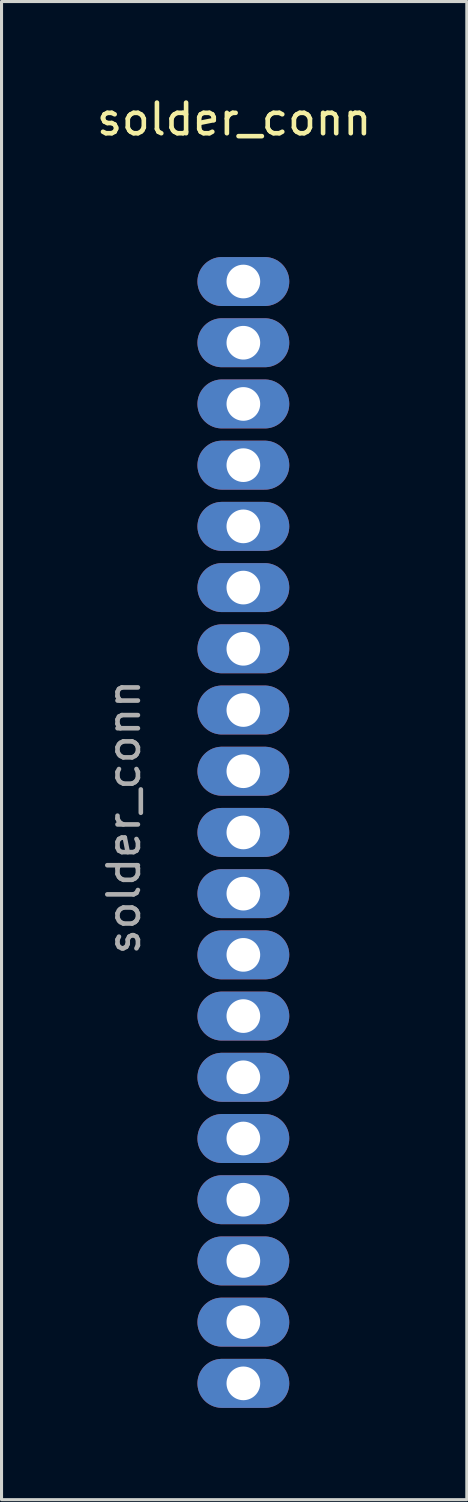
<source format=kicad_pcb>
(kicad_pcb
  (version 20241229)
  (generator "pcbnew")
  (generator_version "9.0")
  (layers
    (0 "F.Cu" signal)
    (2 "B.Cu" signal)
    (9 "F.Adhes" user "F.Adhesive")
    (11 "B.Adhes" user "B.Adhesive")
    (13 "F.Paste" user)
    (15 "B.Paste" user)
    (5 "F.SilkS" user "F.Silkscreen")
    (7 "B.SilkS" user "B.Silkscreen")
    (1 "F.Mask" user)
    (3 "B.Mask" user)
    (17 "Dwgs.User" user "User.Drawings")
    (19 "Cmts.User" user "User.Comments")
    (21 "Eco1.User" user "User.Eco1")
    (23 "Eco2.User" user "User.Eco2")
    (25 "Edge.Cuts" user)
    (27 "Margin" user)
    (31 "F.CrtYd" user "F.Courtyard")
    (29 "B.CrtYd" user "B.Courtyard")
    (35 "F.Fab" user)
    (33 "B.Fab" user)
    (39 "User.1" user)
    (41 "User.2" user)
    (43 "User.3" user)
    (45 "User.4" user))
  (footprint "solder_conn"
    (layer "F.Cu")
    (at 4.901 6.148)
    (property "Reference" "solder_conn" (at -0.3 -5.3 0) (layer "F.SilkS") (effects (font (size 1 1) (thickness 0.15))))
    (attr through_hole)
    (fp_text user "${REFERENCE}" (at -3.9 17.5 90) (layer "F.Fab") (effects (font (size 1 1) (thickness 0.15))))
    (pad "1" thru_hole oval (at 0 0) (size 3 1.6) (drill 1.1) (layers "*.Cu" "*.Mask"))
    (pad "2" thru_hole oval (at 0 2) (size 3 1.6) (drill 1.1) (layers "*.Cu" "*.Mask"))
    (pad "3" thru_hole oval (at 0 4) (size 3 1.6) (drill 1.1) (layers "*.Cu" "*.Mask"))
    (pad "4" thru_hole oval (at 0 6) (size 3 1.6) (drill 1.1) (layers "*.Cu" "*.Mask"))
    (pad "5" thru_hole oval (at 0 8) (size 3 1.6) (drill 1.1) (layers "*.Cu" "*.Mask"))
    (pad "6" thru_hole oval (at 0 10) (size 3 1.6) (drill 1.1) (layers "*.Cu" "*.Mask"))
    (pad "7" thru_hole oval (at 0 12) (size 3 1.6) (drill 1.1) (layers "*.Cu" "*.Mask"))
    (pad "8" thru_hole oval (at 0 14) (size 3 1.6) (drill 1.1) (layers "*.Cu" "*.Mask"))
    (pad "9" thru_hole oval (at 0 16) (size 3 1.6) (drill 1.1) (layers "*.Cu" "*.Mask"))
    (pad "10" thru_hole oval (at 0 18) (size 3 1.6) (drill 1.1) (layers "*.Cu" "*.Mask"))
    (pad "11" thru_hole oval (at 0 20) (size 3 1.6) (drill 1.1) (layers "*.Cu" "*.Mask"))
    (pad "12" thru_hole oval (at 0 22) (size 3 1.6) (drill 1.1) (layers "*.Cu" "*.Mask"))
    (pad "13" thru_hole oval (at 0 24) (size 3 1.6) (drill 1.1) (layers "*.Cu" "*.Mask"))
    (pad "14" thru_hole oval (at 0 26) (size 3 1.6) (drill 1.1) (layers "*.Cu" "*.Mask"))
    (pad "15" thru_hole oval (at 0 28) (size 3 1.6) (drill 1.1) (layers "*.Cu" "*.Mask"))
    (pad "16" thru_hole oval (at 0 30) (size 3 1.6) (drill 1.1) (layers "*.Cu" "*.Mask"))
    (pad "17" thru_hole oval (at 0 32) (size 3 1.6) (drill 1.1) (layers "*.Cu" "*.Mask"))
    (pad "18" thru_hole oval (at 0 34) (size 3 1.6) (drill 1.1) (layers "*.Cu" "*.Mask"))
    (pad "19" thru_hole oval (at 0 36) (size 3 1.6) (drill 1.1) (layers "*.Cu" "*.Mask")))
  (gr_rect
    (start -3 -3)
    (end 12.202 45.948)
    (stroke (width 0.1) (type default))
    (fill no)
    (layer "Edge.Cuts")))
</source>
